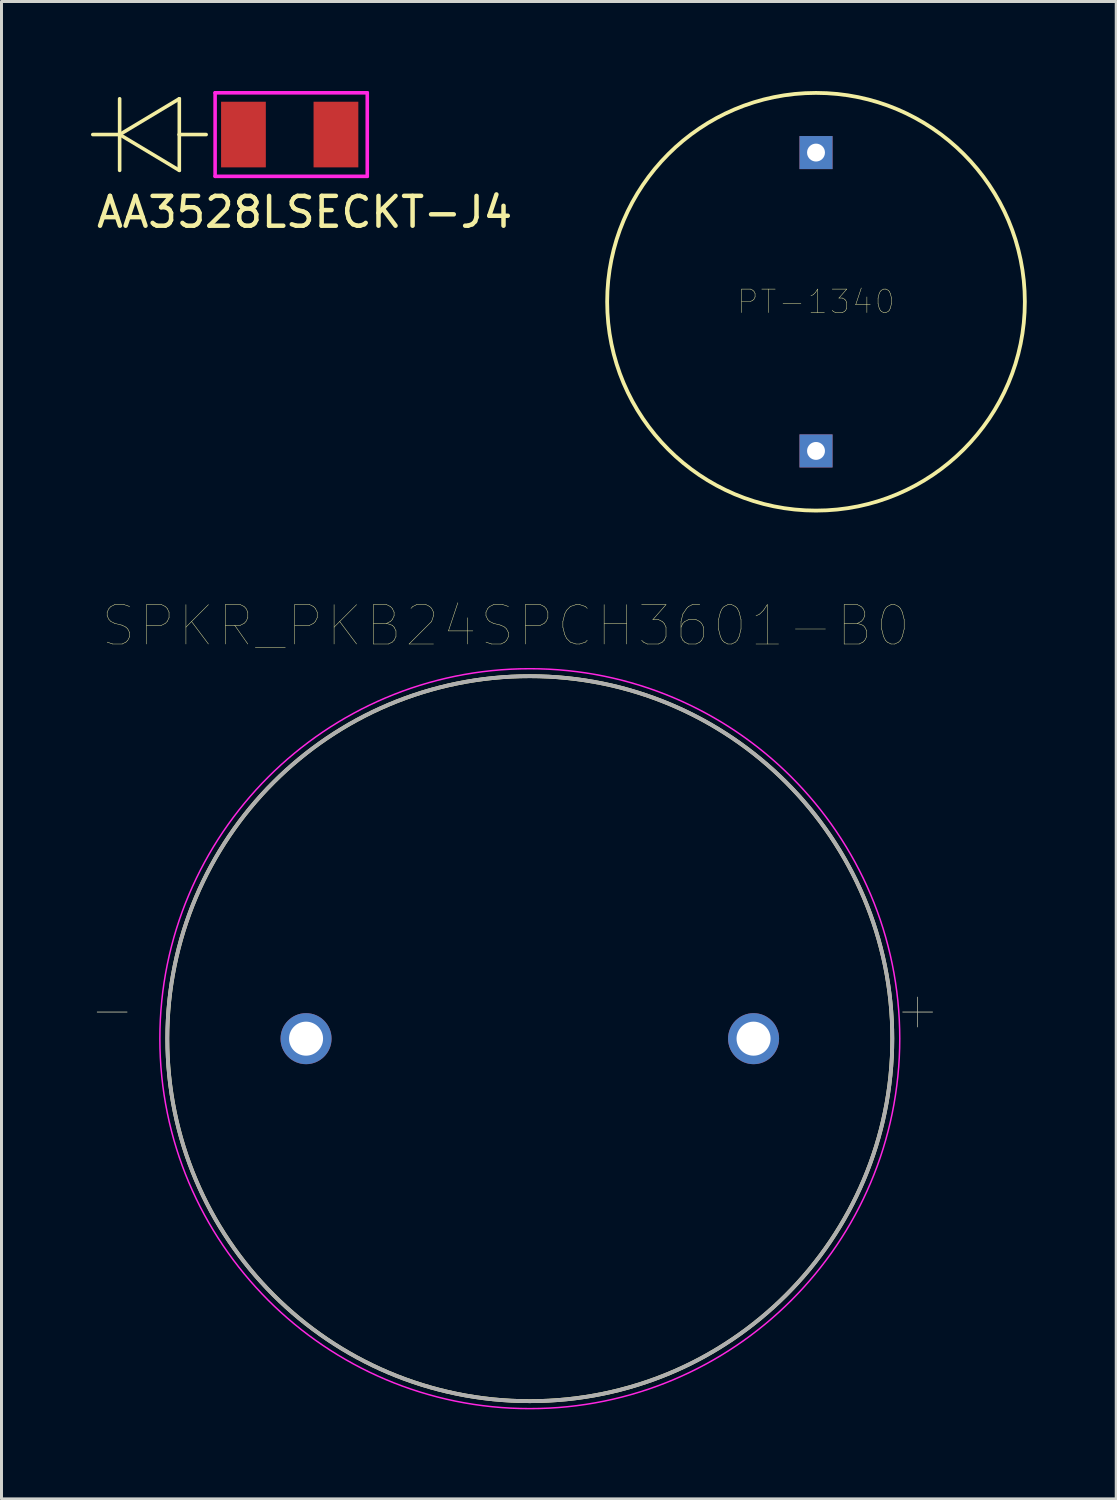
<source format=kicad_pcb>
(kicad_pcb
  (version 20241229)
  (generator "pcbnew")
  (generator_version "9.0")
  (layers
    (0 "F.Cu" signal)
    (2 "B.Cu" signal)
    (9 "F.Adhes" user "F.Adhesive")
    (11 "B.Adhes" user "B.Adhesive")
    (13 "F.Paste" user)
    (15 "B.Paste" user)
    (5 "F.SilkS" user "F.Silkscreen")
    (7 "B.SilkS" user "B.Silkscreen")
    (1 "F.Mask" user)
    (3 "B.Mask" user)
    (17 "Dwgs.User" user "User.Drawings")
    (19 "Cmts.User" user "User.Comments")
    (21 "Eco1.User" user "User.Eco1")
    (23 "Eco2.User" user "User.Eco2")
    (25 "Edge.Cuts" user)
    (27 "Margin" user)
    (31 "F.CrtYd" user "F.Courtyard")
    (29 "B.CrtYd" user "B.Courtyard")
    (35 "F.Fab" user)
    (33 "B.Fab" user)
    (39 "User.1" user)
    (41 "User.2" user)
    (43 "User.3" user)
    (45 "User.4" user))
  (footprint "AA3528LSECKT-J4"
    (layer "F.Cu")
    (at 6.66 1.46)
    (property "Reference" "AA3528LSECKT-J4" (at 0.5 2.6 0) (layer "F.SilkS") (effects (font (size 1 1) (thickness 0.15))))
    (attr through_hole)
    (fp_line (start -5.7 -1.2) (end -5.7 1.2) (stroke (width 0.12) (type solid)) (layer "F.SilkS"))
    (fp_line (start -5.7 0) (end -6.6 0) (stroke (width 0.12) (type solid)) (layer "F.SilkS"))
    (fp_line (start -5.7 0) (end -3.7 1.2) (stroke (width 0.12) (type solid)) (layer "F.SilkS"))
    (fp_line (start -3.7 -1.2) (end -5.7 0) (stroke (width 0.12) (type solid)) (layer "F.SilkS"))
    (fp_line (start -3.7 0) (end -3.7 -1.2) (stroke (width 0.12) (type solid)) (layer "F.SilkS"))
    (fp_line (start -3.7 0) (end -2.8 0) (stroke (width 0.12) (type solid)) (layer "F.SilkS"))
    (fp_line (start -3.7 1.2) (end -3.7 0) (stroke (width 0.12) (type solid)) (layer "F.SilkS"))
    (fp_line (start -2.5 -1.4) (end 2.6 -1.4) (stroke (width 0.12) (type solid)) (layer "F.CrtYd"))
    (fp_line (start -2.5 1.4) (end -2.5 -1.4) (stroke (width 0.12) (type solid)) (layer "F.CrtYd"))
    (fp_line (start 2.6 -1.4) (end 2.6 1.4) (stroke (width 0.12) (type solid)) (layer "F.CrtYd"))
    (fp_line (start 2.6 1.4) (end -2.5 1.4) (stroke (width 0.12) (type solid)) (layer "F.CrtYd"))
    (pad "1" smd rect (at -1.55 0) (size 1.5 2.2) (layers "F.Cu" "F.Mask" "F.Paste"))
    (pad "2" smd rect (at 1.55 0) (size 1.5 2.2) (layers "F.Cu" "F.Mask" "F.Paste")))
  (footprint "PT-1340"
    (layer "F.Cu")
    (at 24.301 7.064)
    (property "Reference" "PT-1340" (at 0 0 0) (layer "F.SilkS") (effects (font (size 0.787 0.787) (thickness 0.015))))
    (attr through_hole)
    (fp_circle (center 0 0) (end 7 0) (stroke (width 0.127) (type solid)) (fill no) (layer "F.SilkS"))
    (pad "N" thru_hole rect (at 0 5) (size 1.108 1.108) (drill 0.6) (layers "*.Cu" "*.Mask"))
    (pad "P" thru_hole rect (at 0 -5) (size 1.108 1.108) (drill 0.6) (layers "*.Cu" "*.Mask")))
  (footprint "SPKR_PKB24SPCH3601-B0"
    (layer "F.Cu")
    (at 14.708 31.764)
    (property "Reference" "SPKR_PKB24SPCH3601-B0" (at -0.809 -13.838 0) (layer "F.SilkS") (effects (font (size 1.32 1.32) (thickness 0.015))))
    (attr through_hole)
    (fp_circle (center 0 0) (end 12.15 0) (stroke (width 0.127) (type solid)) (fill no) (layer "F.SilkS"))
    (fp_circle (center 0 0) (end 12.4 0) (stroke (width 0.05) (type solid)) (fill no) (layer "F.CrtYd"))
    (fp_circle (center 0 0) (end 12.15 0) (stroke (width 0.127) (type solid)) (fill no) (layer "F.Fab"))
    (fp_text user "+" (at 13 -1 0) (layer "F.SilkS") (effects (font (size 1.32 1.32) (thickness 0.015))))
    (fp_text user "-" (at -14 -1 0) (layer "F.SilkS") (effects (font (size 1.32 1.32) (thickness 0.015))))
    (fp_text user "-" (at -14 -1 0) (layer "F.Fab") (effects (font (size 1.32 1.32) (thickness 0.015))))
    (fp_text user "+" (at 13 -1 0) (layer "F.Fab") (effects (font (size 1.32 1.32) (thickness 0.015))))
    (pad "N" thru_hole circle (at -7.5 0) (size 1.71 1.71) (drill 1.14) (layers "*.Cu" "*.Mask"))
    (pad "P" thru_hole circle (at 7.5 0) (size 1.71 1.71) (drill 1.14) (layers "*.Cu" "*.Mask")))
  (gr_rect
    (start -3 -3)
    (end 34.364 47.189)
    (stroke (width 0.1) (type default))
    (fill no)
    (layer "Edge.Cuts")))
</source>
